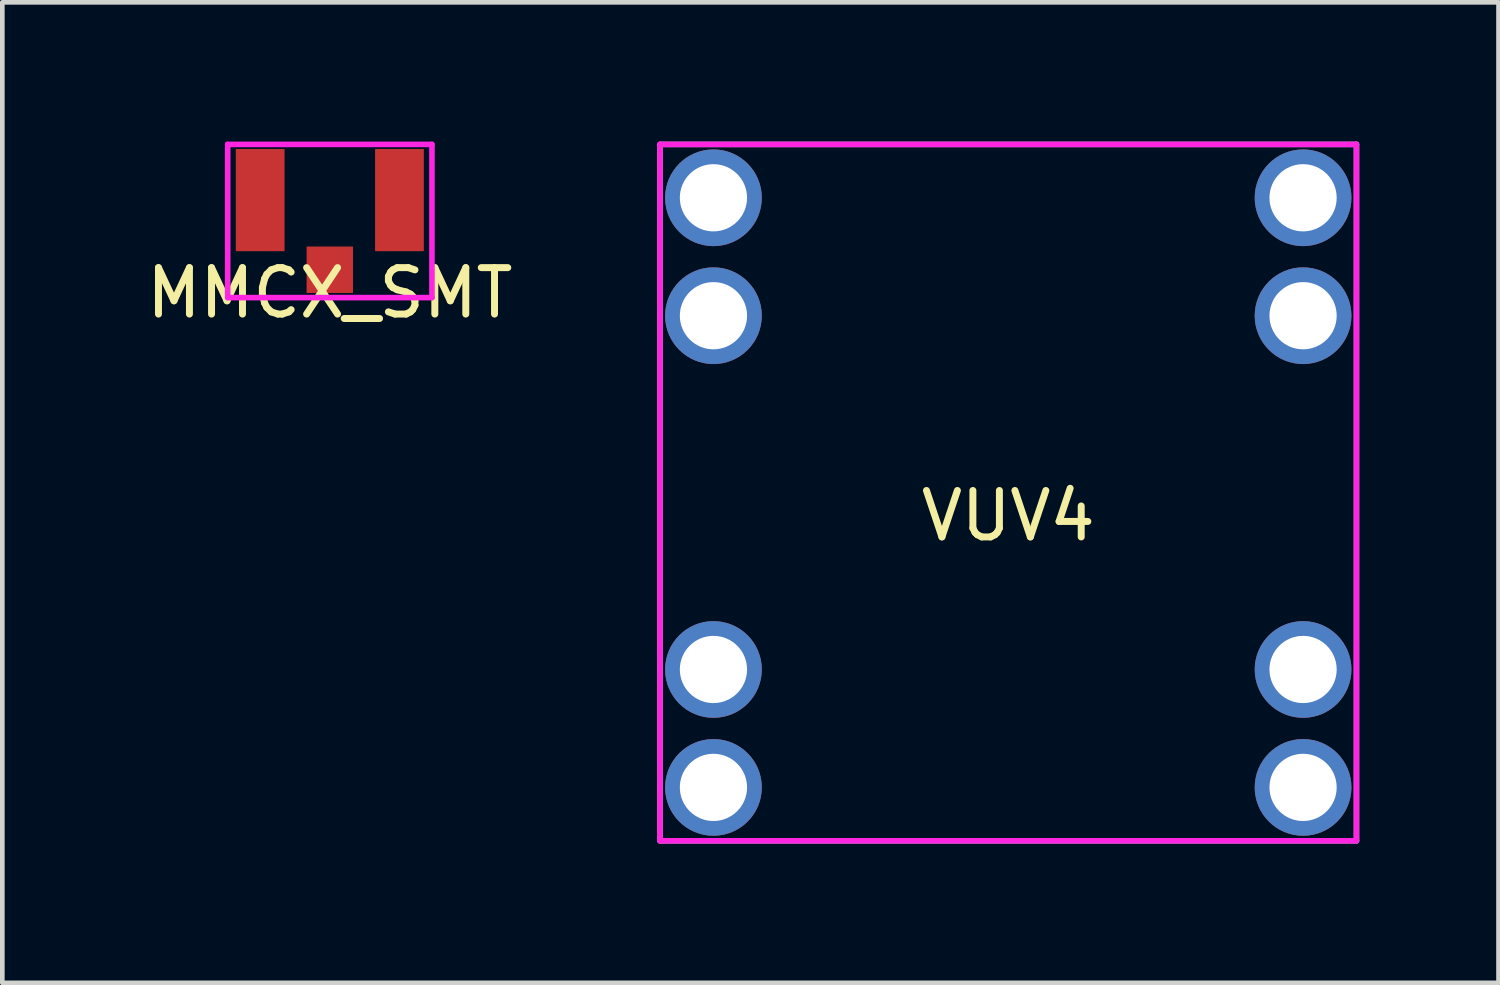
<source format=kicad_pcb>
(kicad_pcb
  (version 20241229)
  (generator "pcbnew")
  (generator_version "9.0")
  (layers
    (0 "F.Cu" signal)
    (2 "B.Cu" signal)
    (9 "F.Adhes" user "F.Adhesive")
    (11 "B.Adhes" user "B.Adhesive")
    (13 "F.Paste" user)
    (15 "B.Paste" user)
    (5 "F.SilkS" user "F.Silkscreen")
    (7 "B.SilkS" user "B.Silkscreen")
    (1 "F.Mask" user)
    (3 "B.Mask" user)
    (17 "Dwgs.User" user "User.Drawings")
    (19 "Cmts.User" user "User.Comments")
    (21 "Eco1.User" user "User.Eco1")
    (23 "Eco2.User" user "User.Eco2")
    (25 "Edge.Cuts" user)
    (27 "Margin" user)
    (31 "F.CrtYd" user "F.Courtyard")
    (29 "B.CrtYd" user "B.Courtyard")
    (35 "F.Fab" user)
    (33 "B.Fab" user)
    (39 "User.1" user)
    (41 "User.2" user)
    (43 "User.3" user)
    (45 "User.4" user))
  (footprint "MMCX_SMT"
    (layer "F.Cu")
    (at 4.054 2.76)
    (property "Reference" "MMCX_SMT" (at 0 0.5 0) (layer "F.SilkS") (effects (font (size 1 1) (thickness 0.15))))
    (attr through_hole)
    (fp_line (start -2.2 -2.7) (end 2.2 -2.7) (stroke (width 0.12) (type solid)) (layer "F.CrtYd"))
    (fp_line (start -2.2 0.6) (end -2.2 -2.7) (stroke (width 0.12) (type solid)) (layer "F.CrtYd"))
    (fp_line (start 2.2 -2.7) (end 2.2 0.6) (stroke (width 0.12) (type solid)) (layer "F.CrtYd"))
    (fp_line (start 2.2 0.6) (end -2.2 0.6) (stroke (width 0.12) (type solid)) (layer "F.CrtYd"))
    (pad "1" smd rect (at 0 0) (size 1 1) (layers "F.Cu" "F.Mask" "F.Paste"))
    (pad "2" smd rect (at -1.5 -1.5) (size 1.05 2.2) (layers "F.Cu" "F.Mask" "F.Paste"))
    (pad "2" smd rect (at 1.5 -1.5) (size 1.05 2.2) (layers "F.Cu" "F.Mask" "F.Paste")))
  (footprint "VUV4"
    (layer "F.Cu")
    (at 18.667 7.56)
    (property "Reference" "VUV4" (at 0 0.5 0) (layer "F.SilkS") (effects (font (size 1 1) (thickness 0.15))))
    (attr through_hole)
    (fp_line (start -7.5 -7.5) (end 7.5 -7.5) (stroke (width 0.12) (type solid)) (layer "F.CrtYd"))
    (fp_line (start -7.5 7.5) (end -7.5 -7.5) (stroke (width 0.12) (type solid)) (layer "F.CrtYd"))
    (fp_line (start 7.5 -7.5) (end 7.5 7.5) (stroke (width 0.12) (type solid)) (layer "F.CrtYd"))
    (fp_line (start 7.5 7.5) (end -7.5 7.5) (stroke (width 0.12) (type solid)) (layer "F.CrtYd"))
    (fp_line (start -7.5 -7.5) (end 7.5 -7.5) (stroke (width 0.12) (type solid)) (layer "F.Fab"))
    (fp_line (start -7.5 7.5) (end -7.5 -7.5) (stroke (width 0.12) (type solid)) (layer "F.Fab"))
    (fp_line (start 7.5 -7.5) (end 7.5 7.5) (stroke (width 0.12) (type solid)) (layer "F.Fab"))
    (fp_line (start 7.5 7.5) (end -7.5 7.5) (stroke (width 0.12) (type solid)) (layer "F.Fab"))
    (pad "A1" thru_hole circle (at 6.35 -6.35) (size 2.083 2.083) (drill 1.448) (layers "*.Cu" "*.Mask"))
    (pad "A2" thru_hole circle (at 6.35 3.81) (size 2.083 2.083) (drill 1.448) (layers "*.Cu" "*.Mask"))
    (pad "A3" thru_hole circle (at -6.35 6.35) (size 2.083 2.083) (drill 1.448) (layers "*.Cu" "*.Mask"))
    (pad "A4" thru_hole circle (at -6.35 -3.81) (size 2.083 2.083) (drill 1.448) (layers "*.Cu" "*.Mask"))
    (pad "K1" thru_hole circle (at 6.35 -3.81) (size 2.083 2.083) (drill 1.448) (layers "*.Cu" "*.Mask"))
    (pad "K2" thru_hole circle (at 6.35 6.35) (size 2.083 2.083) (drill 1.448) (layers "*.Cu" "*.Mask"))
    (pad "K3" thru_hole circle (at -6.35 3.81) (size 2.083 2.083) (drill 1.448) (layers "*.Cu" "*.Mask"))
    (pad "K4" thru_hole circle (at -6.35 -6.35) (size 2.083 2.083) (drill 1.448) (layers "*.Cu" "*.Mask")))
  (gr_rect
    (start -3 -3)
    (end 29.227 18.12)
    (stroke (width 0.1) (type default))
    (fill no)
    (layer "Edge.Cuts")))
</source>
